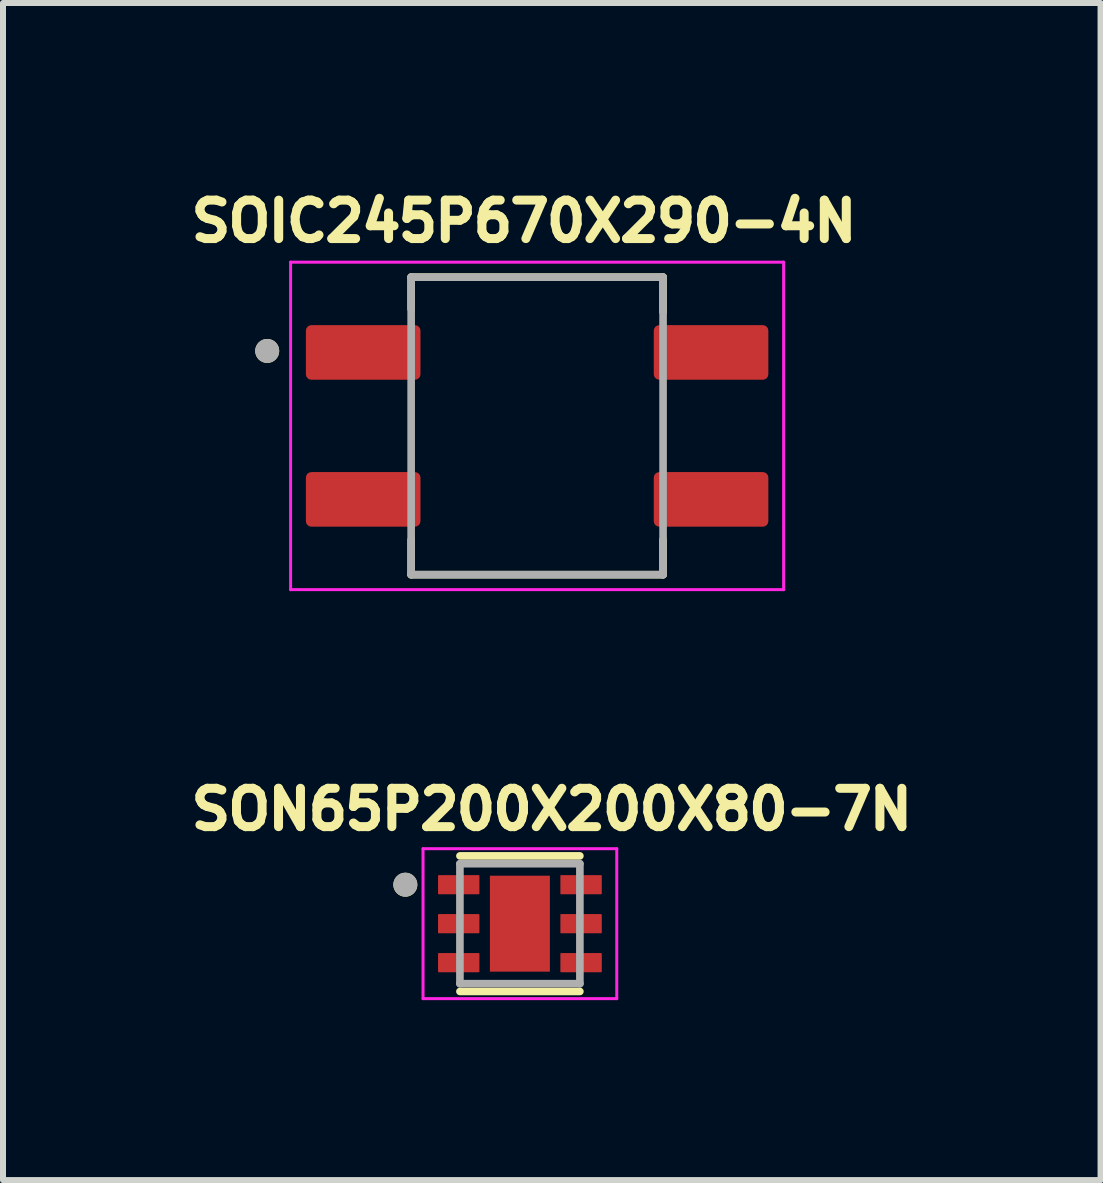
<source format=kicad_pcb>
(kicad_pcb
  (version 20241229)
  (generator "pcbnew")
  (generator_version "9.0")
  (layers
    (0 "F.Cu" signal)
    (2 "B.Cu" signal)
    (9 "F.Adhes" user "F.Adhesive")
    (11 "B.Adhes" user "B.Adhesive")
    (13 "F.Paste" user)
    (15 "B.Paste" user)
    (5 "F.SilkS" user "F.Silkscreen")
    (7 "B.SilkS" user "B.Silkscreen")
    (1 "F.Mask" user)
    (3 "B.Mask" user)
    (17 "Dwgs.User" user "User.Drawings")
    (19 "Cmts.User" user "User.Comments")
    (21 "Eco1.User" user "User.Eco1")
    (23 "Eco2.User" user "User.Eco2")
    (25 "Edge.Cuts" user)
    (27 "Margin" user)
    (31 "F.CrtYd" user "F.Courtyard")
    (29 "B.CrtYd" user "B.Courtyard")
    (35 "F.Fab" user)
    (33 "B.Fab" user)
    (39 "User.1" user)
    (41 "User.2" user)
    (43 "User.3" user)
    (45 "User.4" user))
  (footprint "SON65P200X200X80-7N"
    (layer "F.Cu")
    (at 5.618 12.35)
    (property "Reference" "SON65P200X200X80-7N" (at 0.532 -1.906 0) (layer "F.SilkS") (effects (font (size 0.64 0.64) (thickness 0.15))))
    (attr through_hole)
    (fp_line (start -1 -1.13) (end 1 -1.13) (stroke (width 0.127) (type solid)) (layer "F.SilkS"))
    (fp_line (start -1 1.13) (end 1 1.13) (stroke (width 0.127) (type solid)) (layer "F.SilkS"))
    (fp_circle (center -1.91 -0.65) (end -1.81 -0.65) (stroke (width 0.2) (type solid)) (fill no) (layer "F.SilkS"))
    (fp_poly (pts (xy -0.316 -0.506) (xy 0.316 -0.506) (xy 0.316 0.506) (xy -0.316 0.506)) (stroke (width 0.01) (type solid)) (fill yes) (layer "F.Paste"))
    (fp_line (start -1.615 -1.25) (end -1.615 1.25) (stroke (width 0.05) (type solid)) (layer "F.CrtYd"))
    (fp_line (start -1.615 -1.25) (end 1.615 -1.25) (stroke (width 0.05) (type solid)) (layer "F.CrtYd"))
    (fp_line (start -1.615 1.25) (end 1.615 1.25) (stroke (width 0.05) (type solid)) (layer "F.CrtYd"))
    (fp_line (start 1.615 -1.25) (end 1.615 1.25) (stroke (width 0.05) (type solid)) (layer "F.CrtYd"))
    (fp_line (start -1 -1) (end -1 1) (stroke (width 0.127) (type solid)) (layer "F.Fab"))
    (fp_line (start -1 -1) (end 1 -1) (stroke (width 0.127) (type solid)) (layer "F.Fab"))
    (fp_line (start -1 1) (end 1 1) (stroke (width 0.127) (type solid)) (layer "F.Fab"))
    (fp_line (start 1 -1) (end 1 1) (stroke (width 0.127) (type solid)) (layer "F.Fab"))
    (fp_circle (center -1.91 -0.65) (end -1.81 -0.65) (stroke (width 0.2) (type solid)) (fill no) (layer "F.Fab"))
    (pad "1" smd roundrect (at -1.02 -0.65) (size 0.69 0.32) (layers "F.Cu" "F.Mask" "F.Paste") (roundrect_rratio 0.04))
    (pad "2" smd roundrect (at -1.02 0) (size 0.69 0.32) (layers "F.Cu" "F.Mask" "F.Paste") (roundrect_rratio 0.04))
    (pad "3" smd roundrect (at -1.02 0.65) (size 0.69 0.32) (layers "F.Cu" "F.Mask" "F.Paste") (roundrect_rratio 0.04))
    (pad "4" smd roundrect (at 1.02 0.65) (size 0.69 0.32) (layers "F.Cu" "F.Mask" "F.Paste") (roundrect_rratio 0.04))
    (pad "5" smd roundrect (at 1.02 0) (size 0.69 0.32) (layers "F.Cu" "F.Mask" "F.Paste") (roundrect_rratio 0.04))
    (pad "6" smd roundrect (at 1.02 -0.65) (size 0.69 0.32) (layers "F.Cu" "F.Mask" "F.Paste") (roundrect_rratio 0.04))
    (pad "7" smd rect (at 0 0 90) (size 1.6 1) (layers "F.Cu" "F.Mask")))
  (footprint "SOIC245P670X290-4N"
    (layer "F.Cu")
    (at 5.905 4.051)
    (property "Reference" "SOIC245P670X290-4N" (at -0.218 -3.412 0) (layer "F.SilkS") (effects (font (size 0.641 0.641) (thickness 0.15))))
    (attr through_hole)
    (fp_line (start -2.1 -2.48) (end 2.1 -2.48) (stroke (width 0.127) (type solid)) (layer "F.SilkS"))
    (fp_line (start -2.1 -1.95) (end -2.1 -2.48) (stroke (width 0.127) (type solid)) (layer "F.SilkS"))
    (fp_line (start -2.1 1.9) (end -2.1 2.48) (stroke (width 0.127) (type solid)) (layer "F.SilkS"))
    (fp_line (start -2.1 2.48) (end 2.1 2.48) (stroke (width 0.127) (type solid)) (layer "F.SilkS"))
    (fp_line (start 2.1 -2.48) (end 2.1 -1.9) (stroke (width 0.127) (type solid)) (layer "F.SilkS"))
    (fp_line (start 2.1 2.48) (end 2.1 1.9) (stroke (width 0.127) (type solid)) (layer "F.SilkS"))
    (fp_circle (center -4.5 -1.25) (end -4.4 -1.25) (stroke (width 0.2) (type solid)) (fill no) (layer "F.SilkS"))
    (fp_line (start -4.11 -2.73) (end -4.11 2.73) (stroke (width 0.05) (type solid)) (layer "F.CrtYd"))
    (fp_line (start -4.11 2.73) (end 4.11 2.73) (stroke (width 0.05) (type solid)) (layer "F.CrtYd"))
    (fp_line (start 4.11 -2.73) (end -4.11 -2.73) (stroke (width 0.05) (type solid)) (layer "F.CrtYd"))
    (fp_line (start 4.11 2.73) (end 4.11 -2.73) (stroke (width 0.05) (type solid)) (layer "F.CrtYd"))
    (fp_line (start -2.1 -2.48) (end 2.1 -2.48) (stroke (width 0.127) (type solid)) (layer "F.Fab"))
    (fp_line (start -2.1 2.48) (end -2.1 -2.48) (stroke (width 0.127) (type solid)) (layer "F.Fab"))
    (fp_line (start 2.1 -2.48) (end 2.1 2.48) (stroke (width 0.127) (type solid)) (layer "F.Fab"))
    (fp_line (start 2.1 2.48) (end -2.1 2.48) (stroke (width 0.127) (type solid)) (layer "F.Fab"))
    (fp_circle (center -4.5 -1.25) (end -4.4 -1.25) (stroke (width 0.2) (type solid)) (fill no) (layer "F.Fab"))
    (pad "1" smd roundrect (at -2.9 -1.225) (size 1.91 0.91) (layers "F.Cu" "F.Mask" "F.Paste") (roundrect_rratio 0.1))
    (pad "2" smd roundrect (at -2.9 1.225) (size 1.91 0.91) (layers "F.Cu" "F.Mask" "F.Paste") (roundrect_rratio 0.1))
    (pad "3" smd roundrect (at 2.9 1.225) (size 1.91 0.91) (layers "F.Cu" "F.Mask" "F.Paste") (roundrect_rratio 0.1))
    (pad "4" smd roundrect (at 2.9 -1.225) (size 1.91 0.91) (layers "F.Cu" "F.Mask" "F.Paste") (roundrect_rratio 0.1)))
  (gr_rect
    (start -3 -3)
    (end 15.299 16.625)
    (stroke (width 0.1) (type default))
    (fill no)
    (layer "Edge.Cuts")))
</source>
